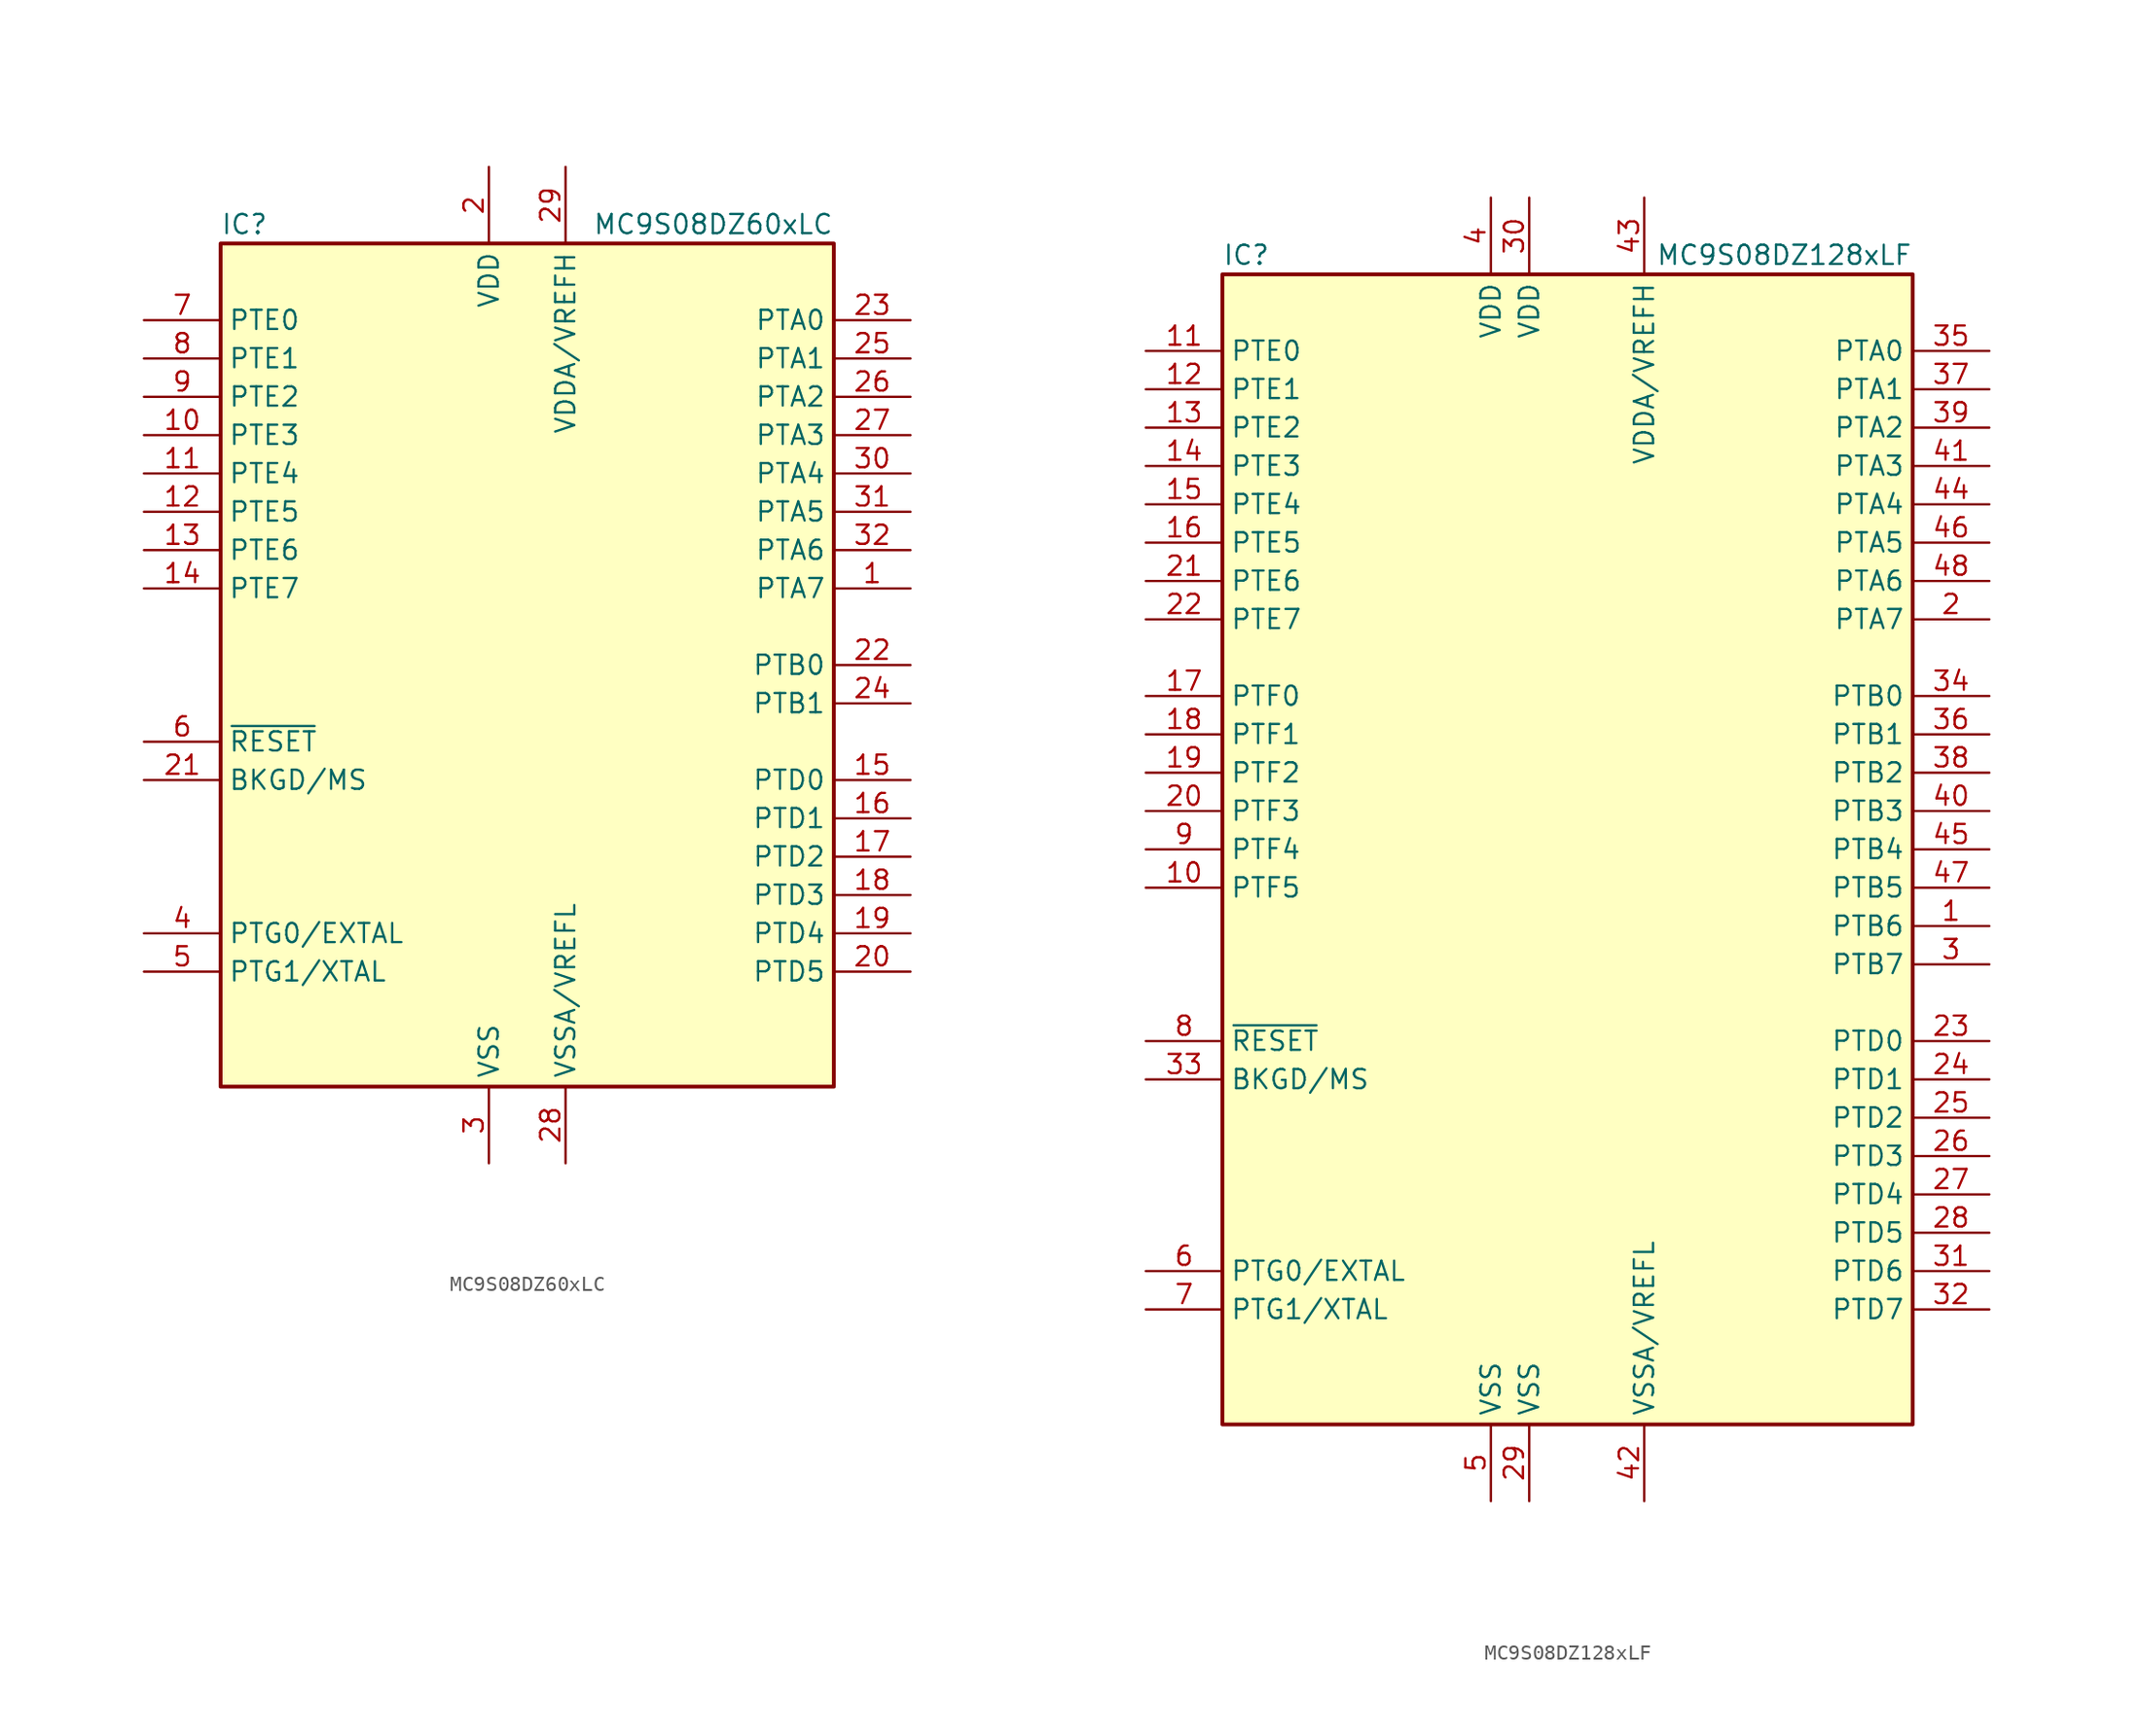
<source format=kicad_sym>
(kicad_symbol_lib
  (version 20220914)
  (generator kicad_symbol_editor)
  (symbol "MC9S08DZ60xLC"
    (property "Reference" "IC"
      (at -20.32 29.21 0)
      (effects (font (size 1.27 1.27)) (justify left)))
    (property "Value" "MC9S08DZ60xLC"
      (at 20.32 29.21 0)
      (effects (font (size 1.27 1.27)) (justify right)))
    (symbol "MC9S08DZ60xLC_0_1"
      (rectangle (start -20.32 27.94) (end 20.32 -27.94) (stroke (width 0.254) (type default)) (fill (type background))))
    (symbol "MC9S08DZ60xLC_1_1"
      (pin bidirectional line (at 25.4 5.08 180) (length 5.08) (name "PTA7" (effects (font (size 1.27 1.27)))) (number "1" (effects (font (size 1.27 1.27)))))
      (pin bidirectional line (at -25.4 15.24 0) (length 5.08) (name "PTE3" (effects (font (size 1.27 1.27)))) (number "10" (effects (font (size 1.27 1.27)))))
      (pin bidirectional line (at -25.4 12.7 0) (length 5.08) (name "PTE4" (effects (font (size 1.27 1.27)))) (number "11" (effects (font (size 1.27 1.27)))))
      (pin bidirectional line (at -25.4 10.16 0) (length 5.08) (name "PTE5" (effects (font (size 1.27 1.27)))) (number "12" (effects (font (size 1.27 1.27)))))
      (pin bidirectional line (at -25.4 7.62 0) (length 5.08) (name "PTE6" (effects (font (size 1.27 1.27)))) (number "13" (effects (font (size 1.27 1.27)))))
      (pin bidirectional line (at -25.4 5.08 0) (length 5.08) (name "PTE7" (effects (font (size 1.27 1.27)))) (number "14" (effects (font (size 1.27 1.27)))))
      (pin bidirectional line (at 25.4 -7.62 180) (length 5.08) (name "PTD0" (effects (font (size 1.27 1.27)))) (number "15" (effects (font (size 1.27 1.27)))))
      (pin bidirectional line (at 25.4 -10.16 180) (length 5.08) (name "PTD1" (effects (font (size 1.27 1.27)))) (number "16" (effects (font (size 1.27 1.27)))))
      (pin bidirectional line (at 25.4 -12.7 180) (length 5.08) (name "PTD2" (effects (font (size 1.27 1.27)))) (number "17" (effects (font (size 1.27 1.27)))))
      (pin bidirectional line (at 25.4 -15.24 180) (length 5.08) (name "PTD3" (effects (font (size 1.27 1.27)))) (number "18" (effects (font (size 1.27 1.27)))))
      (pin bidirectional line (at 25.4 -17.78 180) (length 5.08) (name "PTD4" (effects (font (size 1.27 1.27)))) (number "19" (effects (font (size 1.27 1.27)))))
      (pin power_in line (at -2.54 33.02 270) (length 5.08) (name "VDD" (effects (font (size 1.27 1.27)))) (number "2" (effects (font (size 1.27 1.27)))))
      (pin bidirectional line (at 25.4 -20.32 180) (length 5.08) (name "PTD5" (effects (font (size 1.27 1.27)))) (number "20" (effects (font (size 1.27 1.27)))))
      (pin bidirectional line (at -25.4 -7.62 0) (length 5.08) (name "BKGD/MS" (effects (font (size 1.27 1.27)))) (number "21" (effects (font (size 1.27 1.27)))))
      (pin bidirectional line (at 25.4 0 180) (length 5.08) (name "PTB0" (effects (font (size 1.27 1.27)))) (number "22" (effects (font (size 1.27 1.27)))))
      (pin bidirectional line (at 25.4 22.86 180) (length 5.08) (name "PTA0" (effects (font (size 1.27 1.27)))) (number "23" (effects (font (size 1.27 1.27)))))
      (pin bidirectional line (at 25.4 -2.54 180) (length 5.08) (name "PTB1" (effects (font (size 1.27 1.27)))) (number "24" (effects (font (size 1.27 1.27)))))
      (pin bidirectional line (at 25.4 20.32 180) (length 5.08) (name "PTA1" (effects (font (size 1.27 1.27)))) (number "25" (effects (font (size 1.27 1.27)))))
      (pin bidirectional line (at 25.4 17.78 180) (length 5.08) (name "PTA2" (effects (font (size 1.27 1.27)))) (number "26" (effects (font (size 1.27 1.27)))))
      (pin bidirectional line (at 25.4 15.24 180) (length 5.08) (name "PTA3" (effects (font (size 1.27 1.27)))) (number "27" (effects (font (size 1.27 1.27)))))
      (pin power_in line (at 2.54 -33.02 90) (length 5.08) (name "VSSA/VREFL" (effects (font (size 1.27 1.27)))) (number "28" (effects (font (size 1.27 1.27)))))
      (pin power_in line (at 2.54 33.02 270) (length 5.08) (name "VDDA/VREFH" (effects (font (size 1.27 1.27)))) (number "29" (effects (font (size 1.27 1.27)))))
      (pin power_in line (at -2.54 -33.02 90) (length 5.08) (name "VSS" (effects (font (size 1.27 1.27)))) (number "3" (effects (font (size 1.27 1.27)))))
      (pin bidirectional line (at 25.4 12.7 180) (length 5.08) (name "PTA4" (effects (font (size 1.27 1.27)))) (number "30" (effects (font (size 1.27 1.27)))))
      (pin bidirectional line (at 25.4 10.16 180) (length 5.08) (name "PTA5" (effects (font (size 1.27 1.27)))) (number "31" (effects (font (size 1.27 1.27)))))
      (pin bidirectional line (at 25.4 7.62 180) (length 5.08) (name "PTA6" (effects (font (size 1.27 1.27)))) (number "32" (effects (font (size 1.27 1.27)))))
      (pin bidirectional line (at -25.4 -17.78 0) (length 5.08) (name "PTG0/EXTAL" (effects (font (size 1.27 1.27)))) (number "4" (effects (font (size 1.27 1.27)))))
      (pin bidirectional line (at -25.4 -20.32 0) (length 5.08) (name "PTG1/XTAL" (effects (font (size 1.27 1.27)))) (number "5" (effects (font (size 1.27 1.27)))))
      (pin input line (at -25.4 -5.08 0) (length 5.08) (name "~{RESET}" (effects (font (size 1.27 1.27)))) (number "6" (effects (font (size 1.27 1.27)))))
      (pin bidirectional line (at -25.4 22.86 0) (length 5.08) (name "PTE0" (effects (font (size 1.27 1.27)))) (number "7" (effects (font (size 1.27 1.27)))))
      (pin bidirectional line (at -25.4 20.32 0) (length 5.08) (name "PTE1" (effects (font (size 1.27 1.27)))) (number "8" (effects (font (size 1.27 1.27)))))
      (pin bidirectional line (at -25.4 17.78 0) (length 5.08) (name "PTE2" (effects (font (size 1.27 1.27)))) (number "9" (effects (font (size 1.27 1.27)))))))
  (symbol "MC9S08DZ128xLF"
    (property "Reference" "IC"
      (at -22.86 39.37 0)
      (effects (font (size 1.27 1.27)) (justify left)))
    (property "Value" "MC9S08DZ128xLF"
      (at 22.86 39.37 0)
      (effects (font (size 1.27 1.27)) (justify right)))
    (symbol "MC9S08DZ128xLF_0_1"
      (rectangle (start -22.86 38.1) (end 22.86 -38.1) (stroke (width 0.254) (type default)) (fill (type background))))
    (symbol "MC9S08DZ128xLF_1_1"
      (pin bidirectional line (at 27.94 -5.08 180) (length 5.08) (name "PTB6" (effects (font (size 1.27 1.27)))) (number "1" (effects (font (size 1.27 1.27)))))
      (pin bidirectional line (at -27.94 -2.54 0) (length 5.08) (name "PTF5" (effects (font (size 1.27 1.27)))) (number "10" (effects (font (size 1.27 1.27)))))
      (pin bidirectional line (at -27.94 33.02 0) (length 5.08) (name "PTE0" (effects (font (size 1.27 1.27)))) (number "11" (effects (font (size 1.27 1.27)))))
      (pin bidirectional line (at -27.94 30.48 0) (length 5.08) (name "PTE1" (effects (font (size 1.27 1.27)))) (number "12" (effects (font (size 1.27 1.27)))))
      (pin bidirectional line (at -27.94 27.94 0) (length 5.08) (name "PTE2" (effects (font (size 1.27 1.27)))) (number "13" (effects (font (size 1.27 1.27)))))
      (pin bidirectional line (at -27.94 25.4 0) (length 5.08) (name "PTE3" (effects (font (size 1.27 1.27)))) (number "14" (effects (font (size 1.27 1.27)))))
      (pin bidirectional line (at -27.94 22.86 0) (length 5.08) (name "PTE4" (effects (font (size 1.27 1.27)))) (number "15" (effects (font (size 1.27 1.27)))))
      (pin bidirectional line (at -27.94 20.32 0) (length 5.08) (name "PTE5" (effects (font (size 1.27 1.27)))) (number "16" (effects (font (size 1.27 1.27)))))
      (pin bidirectional line (at -27.94 10.16 0) (length 5.08) (name "PTF0" (effects (font (size 1.27 1.27)))) (number "17" (effects (font (size 1.27 1.27)))))
      (pin bidirectional line (at -27.94 7.62 0) (length 5.08) (name "PTF1" (effects (font (size 1.27 1.27)))) (number "18" (effects (font (size 1.27 1.27)))))
      (pin bidirectional line (at -27.94 5.08 0) (length 5.08) (name "PTF2" (effects (font (size 1.27 1.27)))) (number "19" (effects (font (size 1.27 1.27)))))
      (pin bidirectional line (at 27.94 15.24 180) (length 5.08) (name "PTA7" (effects (font (size 1.27 1.27)))) (number "2" (effects (font (size 1.27 1.27)))))
      (pin bidirectional line (at -27.94 2.54 0) (length 5.08) (name "PTF3" (effects (font (size 1.27 1.27)))) (number "20" (effects (font (size 1.27 1.27)))))
      (pin bidirectional line (at -27.94 17.78 0) (length 5.08) (name "PTE6" (effects (font (size 1.27 1.27)))) (number "21" (effects (font (size 1.27 1.27)))))
      (pin bidirectional line (at -27.94 15.24 0) (length 5.08) (name "PTE7" (effects (font (size 1.27 1.27)))) (number "22" (effects (font (size 1.27 1.27)))))
      (pin bidirectional line (at 27.94 -12.7 180) (length 5.08) (name "PTD0" (effects (font (size 1.27 1.27)))) (number "23" (effects (font (size 1.27 1.27)))))
      (pin bidirectional line (at 27.94 -15.24 180) (length 5.08) (name "PTD1" (effects (font (size 1.27 1.27)))) (number "24" (effects (font (size 1.27 1.27)))))
      (pin bidirectional line (at 27.94 -17.78 180) (length 5.08) (name "PTD2" (effects (font (size 1.27 1.27)))) (number "25" (effects (font (size 1.27 1.27)))))
      (pin bidirectional line (at 27.94 -20.32 180) (length 5.08) (name "PTD3" (effects (font (size 1.27 1.27)))) (number "26" (effects (font (size 1.27 1.27)))))
      (pin bidirectional line (at 27.94 -22.86 180) (length 5.08) (name "PTD4" (effects (font (size 1.27 1.27)))) (number "27" (effects (font (size 1.27 1.27)))))
      (pin bidirectional line (at 27.94 -25.4 180) (length 5.08) (name "PTD5" (effects (font (size 1.27 1.27)))) (number "28" (effects (font (size 1.27 1.27)))))
      (pin power_in line (at -2.54 -43.18 90) (length 5.08) (name "VSS" (effects (font (size 1.27 1.27)))) (number "29" (effects (font (size 1.27 1.27)))))
      (pin bidirectional line (at 27.94 -7.62 180) (length 5.08) (name "PTB7" (effects (font (size 1.27 1.27)))) (number "3" (effects (font (size 1.27 1.27)))))
      (pin power_in line (at -2.54 43.18 270) (length 5.08) (name "VDD" (effects (font (size 1.27 1.27)))) (number "30" (effects (font (size 1.27 1.27)))))
      (pin bidirectional line (at 27.94 -27.94 180) (length 5.08) (name "PTD6" (effects (font (size 1.27 1.27)))) (number "31" (effects (font (size 1.27 1.27)))))
      (pin bidirectional line (at 27.94 -30.48 180) (length 5.08) (name "PTD7" (effects (font (size 1.27 1.27)))) (number "32" (effects (font (size 1.27 1.27)))))
      (pin bidirectional line (at -27.94 -15.24 0) (length 5.08) (name "BKGD/MS" (effects (font (size 1.27 1.27)))) (number "33" (effects (font (size 1.27 1.27)))))
      (pin bidirectional line (at 27.94 10.16 180) (length 5.08) (name "PTB0" (effects (font (size 1.27 1.27)))) (number "34" (effects (font (size 1.27 1.27)))))
      (pin bidirectional line (at 27.94 33.02 180) (length 5.08) (name "PTA0" (effects (font (size 1.27 1.27)))) (number "35" (effects (font (size 1.27 1.27)))))
      (pin bidirectional line (at 27.94 7.62 180) (length 5.08) (name "PTB1" (effects (font (size 1.27 1.27)))) (number "36" (effects (font (size 1.27 1.27)))))
      (pin bidirectional line (at 27.94 30.48 180) (length 5.08) (name "PTA1" (effects (font (size 1.27 1.27)))) (number "37" (effects (font (size 1.27 1.27)))))
      (pin bidirectional line (at 27.94 5.08 180) (length 5.08) (name "PTB2" (effects (font (size 1.27 1.27)))) (number "38" (effects (font (size 1.27 1.27)))))
      (pin bidirectional line (at 27.94 27.94 180) (length 5.08) (name "PTA2" (effects (font (size 1.27 1.27)))) (number "39" (effects (font (size 1.27 1.27)))))
      (pin power_in line (at -5.08 43.18 270) (length 5.08) (name "VDD" (effects (font (size 1.27 1.27)))) (number "4" (effects (font (size 1.27 1.27)))))
      (pin bidirectional line (at 27.94 2.54 180) (length 5.08) (name "PTB3" (effects (font (size 1.27 1.27)))) (number "40" (effects (font (size 1.27 1.27)))))
      (pin bidirectional line (at 27.94 25.4 180) (length 5.08) (name "PTA3" (effects (font (size 1.27 1.27)))) (number "41" (effects (font (size 1.27 1.27)))))
      (pin power_in line (at 5.08 -43.18 90) (length 5.08) (name "VSSA/VREFL" (effects (font (size 1.27 1.27)))) (number "42" (effects (font (size 1.27 1.27)))))
      (pin power_in line (at 5.08 43.18 270) (length 5.08) (name "VDDA/VREFH" (effects (font (size 1.27 1.27)))) (number "43" (effects (font (size 1.27 1.27)))))
      (pin bidirectional line (at 27.94 22.86 180) (length 5.08) (name "PTA4" (effects (font (size 1.27 1.27)))) (number "44" (effects (font (size 1.27 1.27)))))
      (pin bidirectional line (at 27.94 0 180) (length 5.08) (name "PTB4" (effects (font (size 1.27 1.27)))) (number "45" (effects (font (size 1.27 1.27)))))
      (pin bidirectional line (at 27.94 20.32 180) (length 5.08) (name "PTA5" (effects (font (size 1.27 1.27)))) (number "46" (effects (font (size 1.27 1.27)))))
      (pin bidirectional line (at 27.94 -2.54 180) (length 5.08) (name "PTB5" (effects (font (size 1.27 1.27)))) (number "47" (effects (font (size 1.27 1.27)))))
      (pin bidirectional line (at 27.94 17.78 180) (length 5.08) (name "PTA6" (effects (font (size 1.27 1.27)))) (number "48" (effects (font (size 1.27 1.27)))))
      (pin power_in line (at -5.08 -43.18 90) (length 5.08) (name "VSS" (effects (font (size 1.27 1.27)))) (number "5" (effects (font (size 1.27 1.27)))))
      (pin bidirectional line (at -27.94 -27.94 0) (length 5.08) (name "PTG0/EXTAL" (effects (font (size 1.27 1.27)))) (number "6" (effects (font (size 1.27 1.27)))))
      (pin bidirectional line (at -27.94 -30.48 0) (length 5.08) (name "PTG1/XTAL" (effects (font (size 1.27 1.27)))) (number "7" (effects (font (size 1.27 1.27)))))
      (pin input line (at -27.94 -12.7 0) (length 5.08) (name "~{RESET}" (effects (font (size 1.27 1.27)))) (number "8" (effects (font (size 1.27 1.27)))))
      (pin bidirectional line (at -27.94 0 0) (length 5.08) (name "PTF4" (effects (font (size 1.27 1.27)))) (number "9" (effects (font (size 1.27 1.27))))))))
</source>
